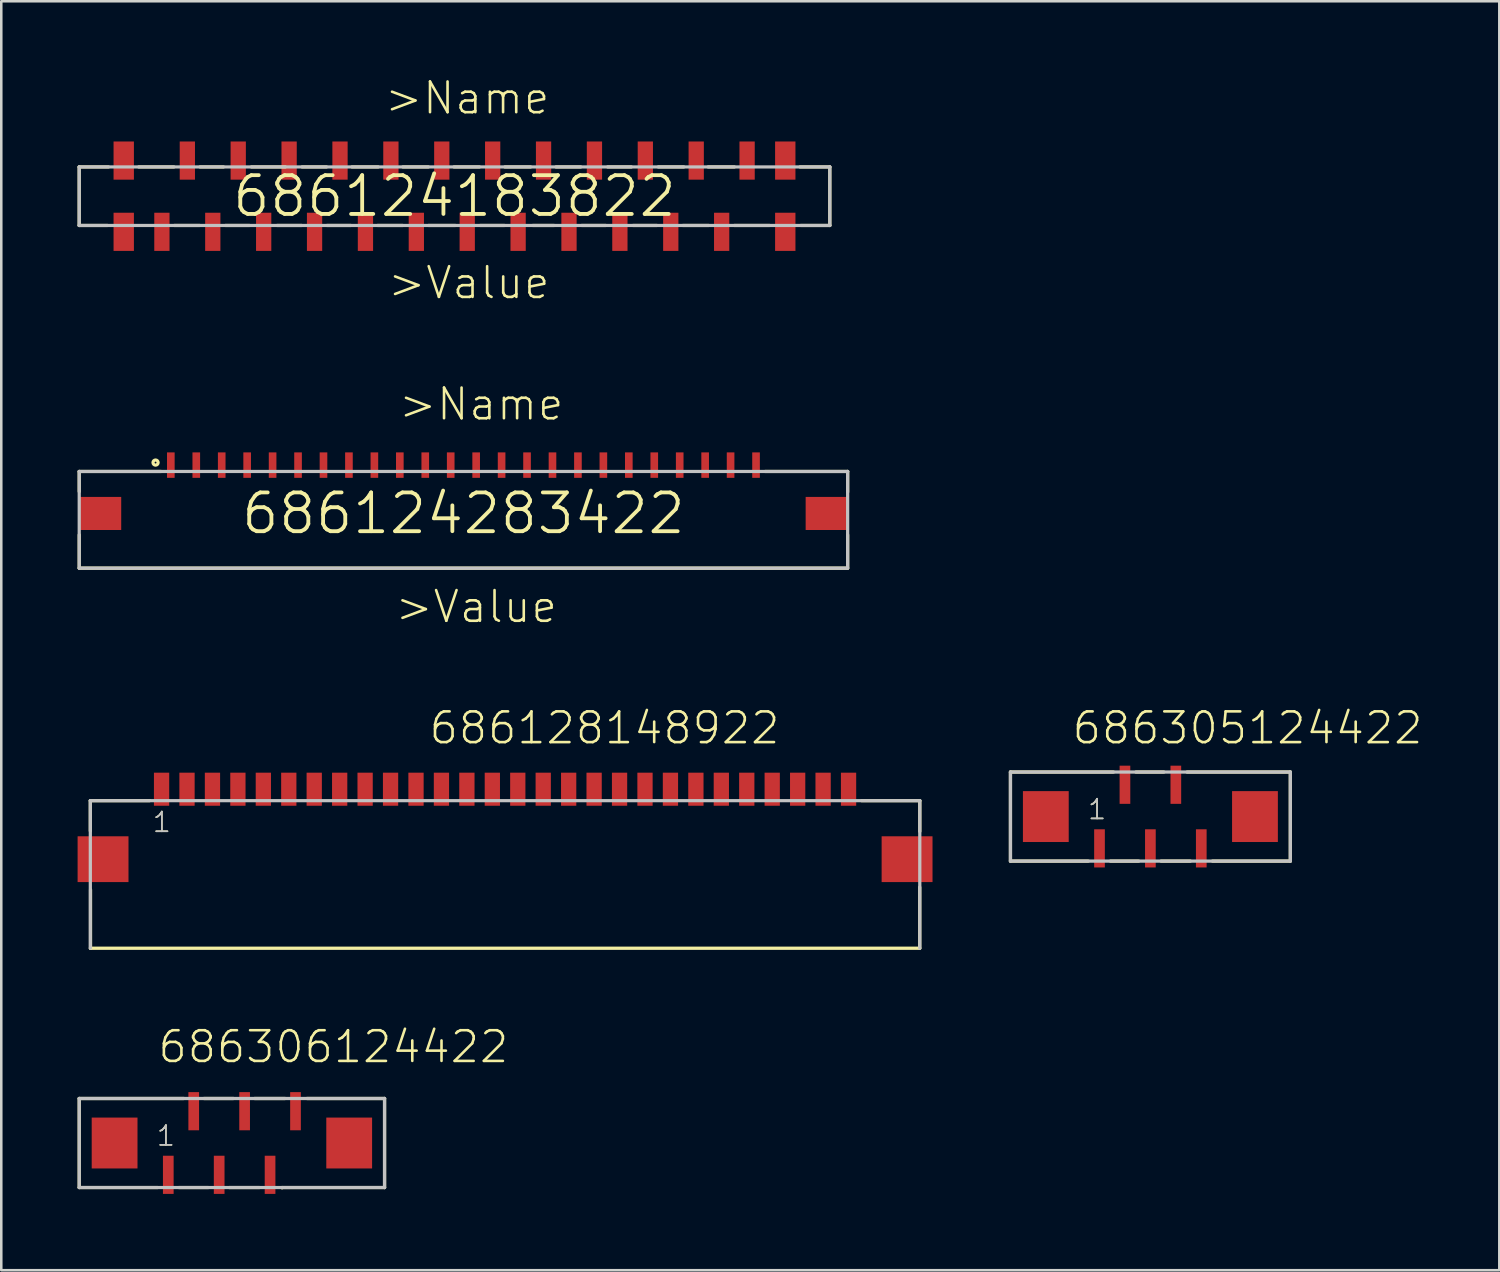
<source format=kicad_pcb>
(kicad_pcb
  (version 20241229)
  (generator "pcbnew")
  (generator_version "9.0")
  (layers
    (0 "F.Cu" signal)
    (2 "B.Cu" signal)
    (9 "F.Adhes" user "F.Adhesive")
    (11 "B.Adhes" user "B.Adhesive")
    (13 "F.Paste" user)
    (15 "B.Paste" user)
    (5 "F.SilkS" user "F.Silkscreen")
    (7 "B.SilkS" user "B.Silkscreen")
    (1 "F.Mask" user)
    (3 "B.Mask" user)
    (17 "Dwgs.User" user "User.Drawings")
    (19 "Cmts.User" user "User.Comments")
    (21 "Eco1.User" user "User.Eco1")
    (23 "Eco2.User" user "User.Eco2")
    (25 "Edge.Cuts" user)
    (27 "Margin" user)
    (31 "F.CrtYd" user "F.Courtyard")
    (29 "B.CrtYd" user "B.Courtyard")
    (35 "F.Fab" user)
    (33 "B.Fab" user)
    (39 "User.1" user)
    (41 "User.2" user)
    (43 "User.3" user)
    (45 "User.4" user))
  (footprint "686124183822"
    (layer "F.Cu")
    (at 14.813 4.661)
    (property "Reference" "686124183822" (at 0 0 0) (layer "F.SilkS") (effects (font (size 1.524 1.524) (thickness 0.15))))
    (attr through_hole)
    (fp_line (start -14.75 -1.15) (end -14.75 1.15) (stroke (width 0.127) (type solid)) (layer "F.SilkS"))
    (fp_line (start -14.75 1.15) (end -13.64 1.15) (stroke (width 0.127) (type solid)) (layer "F.SilkS"))
    (fp_line (start -13.6 -1.15) (end -14.75 -1.15) (stroke (width 0.127) (type solid)) (layer "F.SilkS"))
    (fp_line (start -12.41 -1.15) (end -11.03 -1.15) (stroke (width 0.127) (type solid)) (layer "F.SilkS"))
    (fp_line (start -11.01 1.15) (end -10.02 1.15) (stroke (width 0.127) (type solid)) (layer "F.SilkS"))
    (fp_line (start -10 -1.15) (end -9.08 -1.15) (stroke (width 0.127) (type solid)) (layer "F.SilkS"))
    (fp_line (start -9 1.15) (end -8.06 1.15) (stroke (width 0.127) (type solid)) (layer "F.SilkS"))
    (fp_line (start -7.98 -1.15) (end -6.65 -1.15) (stroke (width 0.127) (type solid)) (layer "F.SilkS"))
    (fp_line (start -6.97 1.15) (end -6.01 1.15) (stroke (width 0.127) (type solid)) (layer "F.SilkS"))
    (fp_line (start -5.99 -1.15) (end -5.03 -1.15) (stroke (width 0.127) (type solid)) (layer "F.SilkS"))
    (fp_line (start -5.01 1.15) (end -4.08 1.15) (stroke (width 0.127) (type solid)) (layer "F.SilkS"))
    (fp_line (start -4.03 -1.15) (end -3 -1.15) (stroke (width 0.127) (type solid)) (layer "F.SilkS"))
    (fp_line (start -3.02 1.15) (end -2.04 1.15) (stroke (width 0.127) (type solid)) (layer "F.SilkS"))
    (fp_line (start -2.03 -1.15) (end -1.03 -1.15) (stroke (width 0.127) (type solid)) (layer "F.SilkS"))
    (fp_line (start -1.02 1.15) (end 0.03 1.15) (stroke (width 0.127) (type solid)) (layer "F.SilkS"))
    (fp_line (start -0.02 -1.15) (end 0.98 -1.15) (stroke (width 0.127) (type solid)) (layer "F.SilkS"))
    (fp_line (start 1.01 1.15) (end 1.96 1.15) (stroke (width 0.127) (type solid)) (layer "F.SilkS"))
    (fp_line (start 1.98 -1.15) (end 2.99 -1.15) (stroke (width 0.127) (type solid)) (layer "F.SilkS"))
    (fp_line (start 3.08 1.15) (end 3.91 1.15) (stroke (width 0.127) (type solid)) (layer "F.SilkS"))
    (fp_line (start 3.99 -1.15) (end 4.96 -1.15) (stroke (width 0.127) (type solid)) (layer "F.SilkS"))
    (fp_line (start 5 1.15) (end 5.94 1.15) (stroke (width 0.127) (type solid)) (layer "F.SilkS"))
    (fp_line (start 6.02 -1.15) (end 6.95 -1.15) (stroke (width 0.127) (type solid)) (layer "F.SilkS"))
    (fp_line (start 7.02 1.15) (end 7.95 1.15) (stroke (width 0.127) (type solid)) (layer "F.SilkS"))
    (fp_line (start 8.01 -1.15) (end 9.01 -1.15) (stroke (width 0.127) (type solid)) (layer "F.SilkS"))
    (fp_line (start 8.98 1.15) (end 9.99 1.15) (stroke (width 0.127) (type solid)) (layer "F.SilkS"))
    (fp_line (start 9.97 -1.15) (end 11 -1.15) (stroke (width 0.127) (type solid)) (layer "F.SilkS"))
    (fp_line (start 11 1.15) (end 12.38 1.15) (stroke (width 0.127) (type solid)) (layer "F.SilkS"))
    (fp_line (start 13.58 -1.15) (end 14.75 -1.15) (stroke (width 0.127) (type solid)) (layer "F.SilkS"))
    (fp_line (start 13.61 1.15) (end 14.75 1.15) (stroke (width 0.127) (type solid)) (layer "F.SilkS"))
    (fp_line (start 14.75 -1.15) (end 14.75 1.15) (stroke (width 0.127) (type solid)) (layer "F.SilkS"))
    (fp_line (start -14.75 -1.15) (end 14.75 -1.15) (stroke (width 0.127) (type solid)) (layer "Dwgs.User"))
    (fp_line (start -14.75 1.15) (end -14.75 -1.15) (stroke (width 0.127) (type solid)) (layer "Dwgs.User"))
    (fp_line (start 14.75 -1.15) (end 14.75 1.15) (stroke (width 0.127) (type solid)) (layer "Dwgs.User"))
    (fp_line (start 14.75 1.15) (end -14.75 1.15) (stroke (width 0.127) (type solid)) (layer "Dwgs.User"))
    (fp_text user ">Value" (at -2.69 4.11 0) (layer "F.SilkS") (effects (font (size 1.206 1.206) (thickness 0.102)) (justify left bottom)))
    (fp_text user ">Name" (at -2.81 -3.15 0) (layer "F.SilkS") (effects (font (size 1.206 1.206) (thickness 0.102)) (justify left bottom)))
    (pad "1" smd rect (at -11.5 1.4 90) (size 1.5 0.6) (layers "F.Cu" "F.Mask" "F.Paste"))
    (pad "2" smd rect (at -10.5 -1.4 90) (size 1.5 0.6) (layers "F.Cu" "F.Mask" "F.Paste"))
    (pad "3" smd rect (at -9.5 1.4 90) (size 1.5 0.6) (layers "F.Cu" "F.Mask" "F.Paste"))
    (pad "4" smd rect (at -8.5 -1.4 90) (size 1.5 0.6) (layers "F.Cu" "F.Mask" "F.Paste"))
    (pad "5" smd rect (at -7.5 1.4 90) (size 1.5 0.6) (layers "F.Cu" "F.Mask" "F.Paste"))
    (pad "6" smd rect (at -6.5 -1.4 90) (size 1.5 0.6) (layers "F.Cu" "F.Mask" "F.Paste"))
    (pad "7" smd rect (at -5.5 1.4 90) (size 1.5 0.6) (layers "F.Cu" "F.Mask" "F.Paste"))
    (pad "8" smd rect (at -4.5 -1.4 90) (size 1.5 0.6) (layers "F.Cu" "F.Mask" "F.Paste"))
    (pad "9" smd rect (at -3.5 1.4 90) (size 1.5 0.6) (layers "F.Cu" "F.Mask" "F.Paste"))
    (pad "10" smd rect (at -2.5 -1.4 90) (size 1.5 0.6) (layers "F.Cu" "F.Mask" "F.Paste"))
    (pad "11" smd rect (at -1.5 1.4 90) (size 1.5 0.6) (layers "F.Cu" "F.Mask" "F.Paste"))
    (pad "12" smd rect (at -0.5 -1.4 90) (size 1.5 0.6) (layers "F.Cu" "F.Mask" "F.Paste"))
    (pad "13" smd rect (at 0.5 1.4 90) (size 1.5 0.6) (layers "F.Cu" "F.Mask" "F.Paste"))
    (pad "14" smd rect (at 1.5 -1.4 90) (size 1.5 0.6) (layers "F.Cu" "F.Mask" "F.Paste"))
    (pad "15" smd rect (at 2.5 1.4 90) (size 1.5 0.6) (layers "F.Cu" "F.Mask" "F.Paste"))
    (pad "16" smd rect (at 3.5 -1.4 90) (size 1.5 0.6) (layers "F.Cu" "F.Mask" "F.Paste"))
    (pad "17" smd rect (at 4.5 1.4 90) (size 1.5 0.6) (layers "F.Cu" "F.Mask" "F.Paste"))
    (pad "18" smd rect (at 5.5 -1.4 90) (size 1.5 0.6) (layers "F.Cu" "F.Mask" "F.Paste"))
    (pad "19" smd rect (at 6.5 1.4 90) (size 1.5 0.6) (layers "F.Cu" "F.Mask" "F.Paste"))
    (pad "20" smd rect (at 7.5 -1.4 90) (size 1.5 0.6) (layers "F.Cu" "F.Mask" "F.Paste"))
    (pad "21" smd rect (at 8.5 1.4 90) (size 1.5 0.6) (layers "F.Cu" "F.Mask" "F.Paste"))
    (pad "22" smd rect (at 9.5 -1.4 90) (size 1.5 0.6) (layers "F.Cu" "F.Mask" "F.Paste"))
    (pad "23" smd rect (at 10.5 1.4 90) (size 1.5 0.6) (layers "F.Cu" "F.Mask" "F.Paste"))
    (pad "24" smd rect (at 11.5 -1.4 90) (size 1.5 0.6) (layers "F.Cu" "F.Mask" "F.Paste"))
    (pad "Z1" smd rect (at -13 1.4 90) (size 1.5 0.8) (layers "F.Cu" "F.Mask" "F.Paste"))
    (pad "Z2" smd rect (at 13 1.4 90) (size 1.5 0.8) (layers "F.Cu" "F.Mask" "F.Paste"))
    (pad "Z3" smd rect (at 13 -1.4 90) (size 1.5 0.8) (layers "F.Cu" "F.Mask" "F.Paste"))
    (pad "Z4" smd rect (at -13 -1.4 90) (size 1.5 0.8) (layers "F.Cu" "F.Mask" "F.Paste")))
  (footprint "686128148922"
    (layer "F.Cu")
    (at 16.8 30.718)
    (property "Reference" "686128148922" (at -3.05 -4.45 0) (layer "F.SilkS") (effects (font (size 1.206 1.206) (thickness 0.102)) (justify left bottom)))
    (attr through_hole)
    (fp_line (start -16.3 -2.3) (end -16.3 -1.11) (stroke (width 0.127) (type solid)) (layer "F.SilkS"))
    (fp_line (start -16.292 1.2) (end -16.292 3.505) (stroke (width 0.127) (type solid)) (layer "F.SilkS"))
    (fp_line (start -13.97 -2.3) (end -16.3 -2.3) (stroke (width 0.127) (type solid)) (layer "F.SilkS"))
    (fp_line (start 14.01 -2.3) (end 16.3 -2.3) (stroke (width 0.127) (type solid)) (layer "F.SilkS"))
    (fp_line (start 16.297 1.1) (end 16.297 3.501) (stroke (width 0.127) (type solid)) (layer "F.SilkS"))
    (fp_line (start 16.3 -2.3) (end 16.3 -1.09) (stroke (width 0.127) (type solid)) (layer "F.SilkS"))
    (fp_line (start 16.3 3.5) (end -16.3 3.5) (stroke (width 0.127) (type solid)) (layer "F.SilkS"))
    (fp_line (start -16.3 -2.3) (end 16.3 -2.3) (stroke (width 0.127) (type solid)) (layer "Dwgs.User"))
    (fp_line (start -16.3 3.5) (end -16.3 -2.3) (stroke (width 0.127) (type solid)) (layer "Dwgs.User"))
    (fp_line (start 16.3 -2.3) (end 16.3 3.5) (stroke (width 0.127) (type solid)) (layer "Dwgs.User"))
    (fp_text user "1" (at -13.9 -1 0) (layer "F.SilkS") (effects (font (size 0.772 0.772) (thickness 0.065)) (justify left bottom)))
    (fp_text user "1" (at -13.9 -1 0) (layer "Dwgs.User") (effects (font (size 0.772 0.772) (thickness 0.065)) (justify left bottom)))
    (pad "1" smd rect (at -13.5 -2.75) (size 0.6 1.3) (layers "F.Cu" "F.Mask" "F.Paste"))
    (pad "2" smd rect (at -12.5 -2.75) (size 0.6 1.3) (layers "F.Cu" "F.Mask" "F.Paste"))
    (pad "3" smd rect (at -11.5 -2.75) (size 0.6 1.3) (layers "F.Cu" "F.Mask" "F.Paste"))
    (pad "4" smd rect (at -10.5 -2.75) (size 0.6 1.3) (layers "F.Cu" "F.Mask" "F.Paste"))
    (pad "5" smd rect (at -9.5 -2.75) (size 0.6 1.3) (layers "F.Cu" "F.Mask" "F.Paste"))
    (pad "6" smd rect (at -8.5 -2.75) (size 0.6 1.3) (layers "F.Cu" "F.Mask" "F.Paste"))
    (pad "7" smd rect (at -7.5 -2.75) (size 0.6 1.3) (layers "F.Cu" "F.Mask" "F.Paste"))
    (pad "8" smd rect (at -6.5 -2.75) (size 0.6 1.3) (layers "F.Cu" "F.Mask" "F.Paste"))
    (pad "9" smd rect (at -5.5 -2.75) (size 0.6 1.3) (layers "F.Cu" "F.Mask" "F.Paste"))
    (pad "10" smd rect (at -4.5 -2.75) (size 0.6 1.3) (layers "F.Cu" "F.Mask" "F.Paste"))
    (pad "11" smd rect (at -3.5 -2.75) (size 0.6 1.3) (layers "F.Cu" "F.Mask" "F.Paste"))
    (pad "12" smd rect (at -2.5 -2.75) (size 0.6 1.3) (layers "F.Cu" "F.Mask" "F.Paste"))
    (pad "13" smd rect (at -1.5 -2.75) (size 0.6 1.3) (layers "F.Cu" "F.Mask" "F.Paste"))
    (pad "14" smd rect (at -0.5 -2.75) (size 0.6 1.3) (layers "F.Cu" "F.Mask" "F.Paste"))
    (pad "15" smd rect (at 0.5 -2.75) (size 0.6 1.3) (layers "F.Cu" "F.Mask" "F.Paste"))
    (pad "16" smd rect (at 1.5 -2.75) (size 0.6 1.3) (layers "F.Cu" "F.Mask" "F.Paste"))
    (pad "17" smd rect (at 2.5 -2.75) (size 0.6 1.3) (layers "F.Cu" "F.Mask" "F.Paste"))
    (pad "18" smd rect (at 3.5 -2.75) (size 0.6 1.3) (layers "F.Cu" "F.Mask" "F.Paste"))
    (pad "19" smd rect (at 4.5 -2.75) (size 0.6 1.3) (layers "F.Cu" "F.Mask" "F.Paste"))
    (pad "20" smd rect (at 5.5 -2.75) (size 0.6 1.3) (layers "F.Cu" "F.Mask" "F.Paste"))
    (pad "21" smd rect (at 6.5 -2.75) (size 0.6 1.3) (layers "F.Cu" "F.Mask" "F.Paste"))
    (pad "22" smd rect (at 7.5 -2.75) (size 0.6 1.3) (layers "F.Cu" "F.Mask" "F.Paste"))
    (pad "23" smd rect (at 8.5 -2.75) (size 0.6 1.3) (layers "F.Cu" "F.Mask" "F.Paste"))
    (pad "24" smd rect (at 9.5 -2.75) (size 0.6 1.3) (layers "F.Cu" "F.Mask" "F.Paste"))
    (pad "25" smd rect (at 10.5 -2.75) (size 0.6 1.3) (layers "F.Cu" "F.Mask" "F.Paste"))
    (pad "26" smd rect (at 11.5 -2.75) (size 0.6 1.3) (layers "F.Cu" "F.Mask" "F.Paste"))
    (pad "27" smd rect (at 12.5 -2.75) (size 0.6 1.3) (layers "F.Cu" "F.Mask" "F.Paste"))
    (pad "28" smd rect (at 13.5 -2.75) (size 0.6 1.3) (layers "F.Cu" "F.Mask" "F.Paste"))
    (pad "Z1" smd rect (at -15.8 0) (size 2 1.8) (layers "F.Cu" "F.Mask" "F.Paste"))
    (pad "Z2" smd rect (at 15.8 0) (size 2 1.8) (layers "F.Cu" "F.Mask" "F.Paste")))
  (footprint "686305124422"
    (layer "F.Cu")
    (at 42.163 29.043)
    (property "Reference" "686305124422" (at -3.14 -2.775 0) (layer "F.SilkS") (effects (font (size 1.206 1.206) (thickness 0.102)) (justify left bottom)))
    (attr through_hole)
    (fp_line (start -5.5 -1.75) (end -5.5 1.75) (stroke (width 0.127) (type solid)) (layer "F.SilkS"))
    (fp_line (start -5.5 1.75) (end -2.44 1.75) (stroke (width 0.127) (type solid)) (layer "F.SilkS"))
    (fp_line (start -1.57 1.75) (end -0.46 1.75) (stroke (width 0.127) (type solid)) (layer "F.SilkS"))
    (fp_line (start -1.45 -1.75) (end -5.5 -1.75) (stroke (width 0.127) (type solid)) (layer "F.SilkS"))
    (fp_line (start -0.57 -1.75) (end 0.53 -1.75) (stroke (width 0.127) (type solid)) (layer "F.SilkS"))
    (fp_line (start 0.42 1.75) (end 1.57 1.75) (stroke (width 0.127) (type solid)) (layer "F.SilkS"))
    (fp_line (start 1.44 -1.75) (end 5.5 -1.75) (stroke (width 0.127) (type solid)) (layer "F.SilkS"))
    (fp_line (start 5.5 -1.75) (end 5.5 1.75) (stroke (width 0.127) (type solid)) (layer "F.SilkS"))
    (fp_line (start 5.5 1.75) (end 2.44 1.75) (stroke (width 0.127) (type solid)) (layer "F.SilkS"))
    (fp_line (start -5.5 -1.75) (end -5.5 1.75) (stroke (width 0.127) (type solid)) (layer "Dwgs.User"))
    (fp_line (start -5.5 1.75) (end 5.5 1.75) (stroke (width 0.127) (type solid)) (layer "Dwgs.User"))
    (fp_line (start 5.5 -1.75) (end -5.5 -1.75) (stroke (width 0.127) (type solid)) (layer "Dwgs.User"))
    (fp_line (start 5.5 1.75) (end 5.5 -1.75) (stroke (width 0.127) (type solid)) (layer "Dwgs.User"))
    (fp_text user "1" (at -2.505 0.17 0) (layer "F.SilkS") (effects (font (size 0.772 0.772) (thickness 0.065)) (justify left bottom)))
    (fp_text user "1" (at -2.505 0.17 0) (layer "Dwgs.User") (effects (font (size 0.772 0.772) (thickness 0.065)) (justify left bottom)))
    (pad "1" smd rect (at -2 1.25) (size 0.42 1.5) (layers "F.Cu" "F.Mask" "F.Paste"))
    (pad "2" smd rect (at -1 -1.25) (size 0.42 1.5) (layers "F.Cu" "F.Mask" "F.Paste"))
    (pad "3" smd rect (at 0 1.25) (size 0.42 1.5) (layers "F.Cu" "F.Mask" "F.Paste"))
    (pad "4" smd rect (at 1 -1.25) (size 0.42 1.5) (layers "F.Cu" "F.Mask" "F.Paste"))
    (pad "5" smd rect (at 2 1.25) (size 0.42 1.5) (layers "F.Cu" "F.Mask" "F.Paste"))
    (pad "Z1" smd rect (at -4.11 0) (size 1.8 2) (layers "F.Cu" "F.Mask" "F.Paste"))
    (pad "Z2" smd rect (at 4.11 0) (size 1.8 2) (layers "F.Cu" "F.Mask" "F.Paste")))
  (footprint "686306124422"
    (layer "F.Cu")
    (at 6.064 41.873)
    (property "Reference" "686306124422" (at -2.97 -3.075 0) (layer "F.SilkS") (effects (font (size 1.206 1.206) (thickness 0.102)) (justify left bottom)))
    (attr through_hole)
    (fp_line (start -6 -1.75) (end -6 1.75) (stroke (width 0.127) (type solid)) (layer "F.SilkS"))
    (fp_line (start -6 1.75) (end -2.92 1.75) (stroke (width 0.127) (type solid)) (layer "F.SilkS"))
    (fp_line (start -2.08 1.75) (end -0.93 1.75) (stroke (width 0.127) (type solid)) (layer "F.SilkS"))
    (fp_line (start -1.89 -1.75) (end -6 -1.75) (stroke (width 0.127) (type solid)) (layer "F.SilkS"))
    (fp_line (start -1.1 -1.75) (end 0.06 -1.75) (stroke (width 0.127) (type solid)) (layer "F.SilkS"))
    (fp_line (start -0.1 1.75) (end 1.08 1.75) (stroke (width 0.127) (type solid)) (layer "F.SilkS"))
    (fp_line (start 0.89 -1.75) (end 2.09 -1.75) (stroke (width 0.127) (type solid)) (layer "F.SilkS"))
    (fp_line (start 1.97 1.75) (end 1.97 1.76) (stroke (width 0.127) (type solid)) (layer "F.SilkS"))
    (fp_line (start 2.95 -1.75) (end 6 -1.75) (stroke (width 0.127) (type solid)) (layer "F.SilkS"))
    (fp_line (start 6 -1.75) (end 6 1.75) (stroke (width 0.127) (type solid)) (layer "F.SilkS"))
    (fp_line (start 6 1.75) (end 1.97 1.75) (stroke (width 0.127) (type solid)) (layer "F.SilkS"))
    (fp_line (start -6 -1.75) (end -6 1.75) (stroke (width 0.127) (type solid)) (layer "Dwgs.User"))
    (fp_line (start -6 1.75) (end 6 1.75) (stroke (width 0.127) (type solid)) (layer "Dwgs.User"))
    (fp_line (start 6 -1.75) (end -6 -1.75) (stroke (width 0.127) (type solid)) (layer "Dwgs.User"))
    (fp_line (start 6 1.75) (end 6 -1.75) (stroke (width 0.127) (type solid)) (layer "Dwgs.User"))
    (fp_text user "1" (at -3.005 0.17 0) (layer "F.SilkS") (effects (font (size 0.772 0.772) (thickness 0.065)) (justify left bottom)))
    (fp_text user "1" (at -3.005 0.17 0) (layer "Dwgs.User") (effects (font (size 0.772 0.772) (thickness 0.065)) (justify left bottom)))
    (pad "1" smd rect (at -2.5 1.25 180) (size 0.42 1.5) (layers "F.Cu" "F.Mask" "F.Paste"))
    (pad "2" smd rect (at -1.5 -1.25 180) (size 0.42 1.5) (layers "F.Cu" "F.Mask" "F.Paste"))
    (pad "3" smd rect (at -0.5 1.25 180) (size 0.42 1.5) (layers "F.Cu" "F.Mask" "F.Paste"))
    (pad "4" smd rect (at 0.5 -1.25 180) (size 0.42 1.5) (layers "F.Cu" "F.Mask" "F.Paste"))
    (pad "5" smd rect (at 1.5 1.25 180) (size 0.42 1.5) (layers "F.Cu" "F.Mask" "F.Paste"))
    (pad "6" smd rect (at 2.5 -1.25 180) (size 0.42 1.5) (layers "F.Cu" "F.Mask" "F.Paste"))
    (pad "Z1" smd rect (at -4.61 0 180) (size 1.8 2) (layers "F.Cu" "F.Mask" "F.Paste"))
    (pad "Z2" smd rect (at 4.61 0 180) (size 1.8 2) (layers "F.Cu" "F.Mask" "F.Paste")))
  (footprint "686124283422"
    (layer "F.Cu")
    (at 15.164 17.13)
    (property "Reference" "686124283422" (at 0 0 0) (layer "F.SilkS") (effects (font (size 1.524 1.524) (thickness 0.15))))
    (attr through_hole)
    (fp_line (start -15.1 -1.65) (end -15.1 -0.86) (stroke (width 0.127) (type solid)) (layer "F.SilkS"))
    (fp_line (start -15.1 0.84) (end -15.1 2.15) (stroke (width 0.127) (type solid)) (layer "F.SilkS"))
    (fp_line (start -15.1 2.15) (end 15.1 2.15) (stroke (width 0.127) (type solid)) (layer "F.SilkS"))
    (fp_line (start -11.89 -1.65) (end -15.1 -1.65) (stroke (width 0.127) (type solid)) (layer "F.SilkS"))
    (fp_line (start 11.86 -1.65) (end 15.1 -1.65) (stroke (width 0.127) (type solid)) (layer "F.SilkS"))
    (fp_line (start 15.1 -1.65) (end 15.1 -0.84) (stroke (width 0.127) (type solid)) (layer "F.SilkS"))
    (fp_line (start 15.1 2.15) (end 15.1 0.84) (stroke (width 0.127) (type solid)) (layer "F.SilkS"))
    (fp_circle (center -12.1 -2) (end -12 -2) (stroke (width 0.127) (type solid)) (fill no) (layer "F.SilkS"))
    (fp_line (start -15.1 -1.65) (end 15.1 -1.65) (stroke (width 0.127) (type solid)) (layer "Dwgs.User"))
    (fp_line (start -15.1 2.15) (end -15.1 -1.65) (stroke (width 0.127) (type solid)) (layer "Dwgs.User"))
    (fp_line (start 15.1 -1.65) (end 15.1 2.15) (stroke (width 0.127) (type solid)) (layer "Dwgs.User"))
    (fp_line (start 15.1 2.15) (end -15.1 2.15) (stroke (width 0.127) (type solid)) (layer "Dwgs.User"))
    (fp_text user ">Value" (at -2.75 4.37 0) (layer "F.SilkS") (effects (font (size 1.206 1.206) (thickness 0.102)) (justify left bottom)))
    (fp_text user ">Name" (at -2.61 -3.59 0) (layer "F.SilkS") (effects (font (size 1.206 1.206) (thickness 0.102)) (justify left bottom)))
    (pad "1" smd rect (at -11.5 -1.9 90) (size 1 0.3) (layers "F.Cu" "F.Mask" "F.Paste"))
    (pad "2" smd rect (at -10.5 -1.9 90) (size 1 0.3) (layers "F.Cu" "F.Mask" "F.Paste"))
    (pad "3" smd rect (at -9.5 -1.9 90) (size 1 0.3) (layers "F.Cu" "F.Mask" "F.Paste"))
    (pad "4" smd rect (at -8.5 -1.9 90) (size 1 0.3) (layers "F.Cu" "F.Mask" "F.Paste"))
    (pad "5" smd rect (at -7.5 -1.9 90) (size 1 0.3) (layers "F.Cu" "F.Mask" "F.Paste"))
    (pad "6" smd rect (at -6.5 -1.9 90) (size 1 0.3) (layers "F.Cu" "F.Mask" "F.Paste"))
    (pad "7" smd rect (at -5.5 -1.9 90) (size 1 0.3) (layers "F.Cu" "F.Mask" "F.Paste"))
    (pad "8" smd rect (at -4.5 -1.9 90) (size 1 0.3) (layers "F.Cu" "F.Mask" "F.Paste"))
    (pad "9" smd rect (at -3.5 -1.9 90) (size 1 0.3) (layers "F.Cu" "F.Mask" "F.Paste"))
    (pad "10" smd rect (at -2.5 -1.9 90) (size 1 0.3) (layers "F.Cu" "F.Mask" "F.Paste"))
    (pad "11" smd rect (at -1.5 -1.9 90) (size 1 0.3) (layers "F.Cu" "F.Mask" "F.Paste"))
    (pad "12" smd rect (at -0.5 -1.9 90) (size 1 0.3) (layers "F.Cu" "F.Mask" "F.Paste"))
    (pad "13" smd rect (at 0.5 -1.9 90) (size 1 0.3) (layers "F.Cu" "F.Mask" "F.Paste"))
    (pad "14" smd rect (at 1.5 -1.9 90) (size 1 0.3) (layers "F.Cu" "F.Mask" "F.Paste"))
    (pad "15" smd rect (at 2.5 -1.9 90) (size 1 0.3) (layers "F.Cu" "F.Mask" "F.Paste"))
    (pad "16" smd rect (at 3.5 -1.9 90) (size 1 0.3) (layers "F.Cu" "F.Mask" "F.Paste"))
    (pad "17" smd rect (at 4.5 -1.9 90) (size 1 0.3) (layers "F.Cu" "F.Mask" "F.Paste"))
    (pad "18" smd rect (at 5.5 -1.9 90) (size 1 0.3) (layers "F.Cu" "F.Mask" "F.Paste"))
    (pad "19" smd rect (at 6.5 -1.9 90) (size 1 0.3) (layers "F.Cu" "F.Mask" "F.Paste"))
    (pad "20" smd rect (at 7.5 -1.9 90) (size 1 0.3) (layers "F.Cu" "F.Mask" "F.Paste"))
    (pad "21" smd rect (at 8.5 -1.9 90) (size 1 0.3) (layers "F.Cu" "F.Mask" "F.Paste"))
    (pad "22" smd rect (at 9.5 -1.9 90) (size 1 0.3) (layers "F.Cu" "F.Mask" "F.Paste"))
    (pad "23" smd rect (at 10.5 -1.9 90) (size 1 0.3) (layers "F.Cu" "F.Mask" "F.Paste"))
    (pad "24" smd rect (at 11.5 -1.9 90) (size 1 0.3) (layers "F.Cu" "F.Mask" "F.Paste"))
    (pad "Z1" smd rect (at -14.275 0) (size 1.65 1.3) (layers "F.Cu" "F.Mask" "F.Paste"))
    (pad "Z2" smd rect (at 14.275 0) (size 1.65 1.3) (layers "F.Cu" "F.Mask" "F.Paste")))
  (gr_rect
    (start -3 -3)
    (end 55.876 46.873)
    (stroke (width 0.1) (type default))
    (fill no)
    (layer "Edge.Cuts")))
</source>
